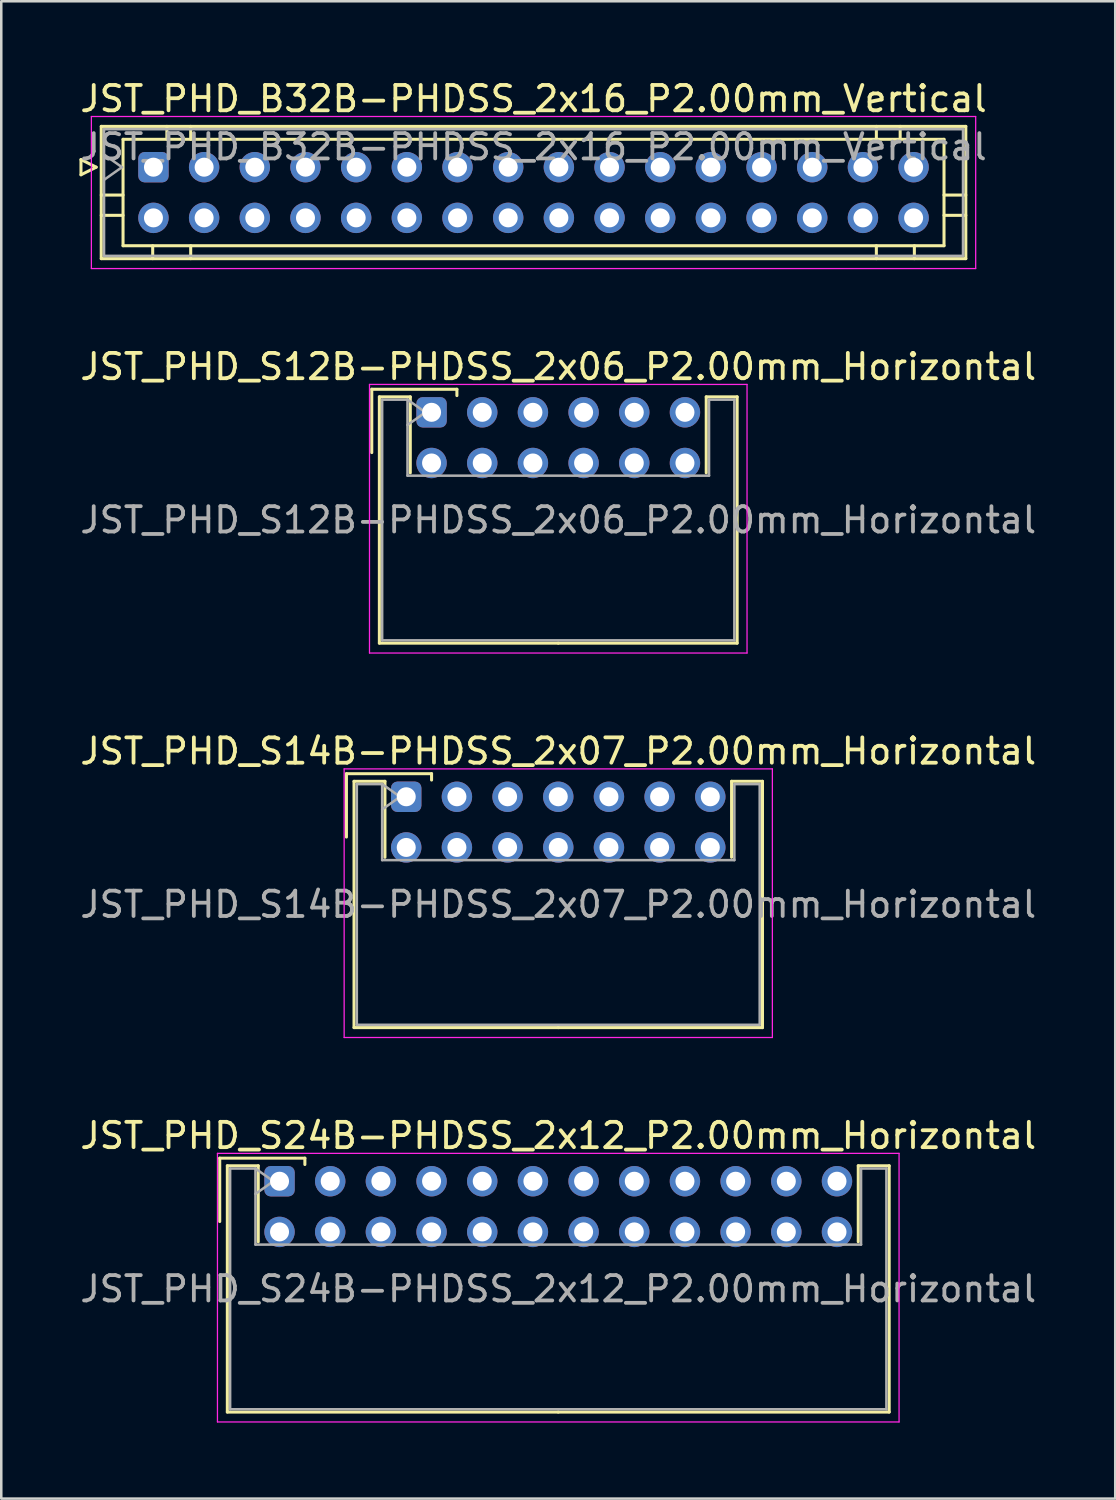
<source format=kicad_pcb>
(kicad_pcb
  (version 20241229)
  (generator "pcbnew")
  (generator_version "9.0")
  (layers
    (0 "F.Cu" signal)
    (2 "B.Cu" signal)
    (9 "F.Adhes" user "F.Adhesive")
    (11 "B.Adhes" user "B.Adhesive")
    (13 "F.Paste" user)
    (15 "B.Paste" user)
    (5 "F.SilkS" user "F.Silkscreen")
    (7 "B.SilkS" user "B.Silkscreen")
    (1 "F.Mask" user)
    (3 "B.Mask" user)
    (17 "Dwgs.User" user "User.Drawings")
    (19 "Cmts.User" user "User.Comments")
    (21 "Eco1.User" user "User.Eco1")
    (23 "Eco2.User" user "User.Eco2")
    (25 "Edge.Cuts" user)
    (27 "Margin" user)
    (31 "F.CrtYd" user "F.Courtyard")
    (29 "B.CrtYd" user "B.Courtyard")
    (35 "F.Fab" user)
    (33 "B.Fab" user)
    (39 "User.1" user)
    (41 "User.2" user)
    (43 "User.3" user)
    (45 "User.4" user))
  (footprint "JST_PHD_S24B-PHDSS_2x12_P2.00mm_Horizontal"
    (layer "F.Cu")
    (at 7.982 43.568)
    (property "Reference" "JST_PHD_S24B-PHDSS_2x12_P2.00mm_Horizontal" (at 11 -1.8 0) (layer "F.SilkS") (effects (font (size 1 1) (thickness 0.15))))
    (attr through_hole)
    (fp_line (start -2.36 -0.91) (end -2.36 1.59) (stroke (width 0.12) (type solid)) (layer "F.SilkS"))
    (fp_line (start -2.06 -0.61) (end -2.06 9.11) (stroke (width 0.12) (type solid)) (layer "F.SilkS"))
    (fp_line (start -2.06 9.11) (end 11 9.11) (stroke (width 0.12) (type solid)) (layer "F.SilkS"))
    (fp_line (start -0.84 -0.61) (end -2.06 -0.61) (stroke (width 0.12) (type solid)) (layer "F.SilkS"))
    (fp_line (start -0.84 2.39) (end -0.84 -0.61) (stroke (width 0.12) (type solid)) (layer "F.SilkS"))
    (fp_line (start 1 -0.91) (end -2.36 -0.91) (stroke (width 0.12) (type solid)) (layer "F.SilkS"))
    (fp_line (start 1 -0.66) (end 1 -0.91) (stroke (width 0.12) (type solid)) (layer "F.SilkS"))
    (fp_line (start 22.84 -0.61) (end 24.06 -0.61) (stroke (width 0.12) (type solid)) (layer "F.SilkS"))
    (fp_line (start 22.84 2.39) (end 22.84 -0.61) (stroke (width 0.12) (type solid)) (layer "F.SilkS"))
    (fp_line (start 24.06 -0.61) (end 24.06 9.11) (stroke (width 0.12) (type solid)) (layer "F.SilkS"))
    (fp_line (start 24.06 9.11) (end 11 9.11) (stroke (width 0.12) (type solid)) (layer "F.SilkS"))
    (fp_line (start -2.45 -1.1) (end -2.45 9.5) (stroke (width 0.05) (type solid)) (layer "F.CrtYd"))
    (fp_line (start -2.45 9.5) (end 24.45 9.5) (stroke (width 0.05) (type solid)) (layer "F.CrtYd"))
    (fp_line (start 24.45 -1.1) (end -2.45 -1.1) (stroke (width 0.05) (type solid)) (layer "F.CrtYd"))
    (fp_line (start 24.45 9.5) (end 24.45 -1.1) (stroke (width 0.05) (type solid)) (layer "F.CrtYd"))
    (fp_line (start -1.95 -0.5) (end -0.95 -0.5) (stroke (width 0.1) (type solid)) (layer "F.Fab"))
    (fp_line (start -1.95 9) (end -1.95 -0.5) (stroke (width 0.1) (type solid)) (layer "F.Fab"))
    (fp_line (start -0.95 -0.5) (end -0.95 2.5) (stroke (width 0.1) (type solid)) (layer "F.Fab"))
    (fp_line (start -0.95 -0.5) (end -0.243 0) (stroke (width 0.1) (type solid)) (layer "F.Fab"))
    (fp_line (start -0.95 2.5) (end 22.95 2.5) (stroke (width 0.1) (type solid)) (layer "F.Fab"))
    (fp_line (start -0.243 0) (end -0.95 0.5) (stroke (width 0.1) (type solid)) (layer "F.Fab"))
    (fp_line (start 22.95 -0.5) (end 23.95 -0.5) (stroke (width 0.1) (type solid)) (layer "F.Fab"))
    (fp_line (start 22.95 2.5) (end 22.95 -0.5) (stroke (width 0.1) (type solid)) (layer "F.Fab"))
    (fp_line (start 23.95 -0.5) (end 23.95 9) (stroke (width 0.1) (type solid)) (layer "F.Fab"))
    (fp_line (start 23.95 9) (end -1.95 9) (stroke (width 0.1) (type solid)) (layer "F.Fab"))
    (fp_text user "${REFERENCE}" (at 11 4.25 0) (layer "F.Fab") (effects (font (size 1 1) (thickness 0.15))))
    (pad "1" thru_hole roundrect (at 0 0) (size 1.2 1.2) (drill 0.75) (layers "*.Cu" "*.Mask") (roundrect_rratio 0.208))
    (pad "2" thru_hole circle (at 0 2) (size 1.2 1.2) (drill 0.75) (layers "*.Cu" "*.Mask"))
    (pad "3" thru_hole circle (at 2 0) (size 1.2 1.2) (drill 0.75) (layers "*.Cu" "*.Mask"))
    (pad "4" thru_hole circle (at 2 2) (size 1.2 1.2) (drill 0.75) (layers "*.Cu" "*.Mask"))
    (pad "5" thru_hole circle (at 4 0) (size 1.2 1.2) (drill 0.75) (layers "*.Cu" "*.Mask"))
    (pad "6" thru_hole circle (at 4 2) (size 1.2 1.2) (drill 0.75) (layers "*.Cu" "*.Mask"))
    (pad "7" thru_hole circle (at 6 0) (size 1.2 1.2) (drill 0.75) (layers "*.Cu" "*.Mask"))
    (pad "8" thru_hole circle (at 6 2) (size 1.2 1.2) (drill 0.75) (layers "*.Cu" "*.Mask"))
    (pad "9" thru_hole circle (at 8 0) (size 1.2 1.2) (drill 0.75) (layers "*.Cu" "*.Mask"))
    (pad "10" thru_hole circle (at 8 2) (size 1.2 1.2) (drill 0.75) (layers "*.Cu" "*.Mask"))
    (pad "11" thru_hole circle (at 10 0) (size 1.2 1.2) (drill 0.75) (layers "*.Cu" "*.Mask"))
    (pad "12" thru_hole circle (at 10 2) (size 1.2 1.2) (drill 0.75) (layers "*.Cu" "*.Mask"))
    (pad "13" thru_hole circle (at 12 0) (size 1.2 1.2) (drill 0.75) (layers "*.Cu" "*.Mask"))
    (pad "14" thru_hole circle (at 12 2) (size 1.2 1.2) (drill 0.75) (layers "*.Cu" "*.Mask"))
    (pad "15" thru_hole circle (at 14 0) (size 1.2 1.2) (drill 0.75) (layers "*.Cu" "*.Mask"))
    (pad "16" thru_hole circle (at 14 2) (size 1.2 1.2) (drill 0.75) (layers "*.Cu" "*.Mask"))
    (pad "17" thru_hole circle (at 16 0) (size 1.2 1.2) (drill 0.75) (layers "*.Cu" "*.Mask"))
    (pad "18" thru_hole circle (at 16 2) (size 1.2 1.2) (drill 0.75) (layers "*.Cu" "*.Mask"))
    (pad "19" thru_hole circle (at 18 0) (size 1.2 1.2) (drill 0.75) (layers "*.Cu" "*.Mask"))
    (pad "20" thru_hole circle (at 18 2) (size 1.2 1.2) (drill 0.75) (layers "*.Cu" "*.Mask"))
    (pad "21" thru_hole circle (at 20 0) (size 1.2 1.2) (drill 0.75) (layers "*.Cu" "*.Mask"))
    (pad "22" thru_hole circle (at 20 2) (size 1.2 1.2) (drill 0.75) (layers "*.Cu" "*.Mask"))
    (pad "23" thru_hole circle (at 22 0) (size 1.2 1.2) (drill 0.75) (layers "*.Cu" "*.Mask"))
    (pad "24" thru_hole circle (at 22 2) (size 1.2 1.2) (drill 0.75) (layers "*.Cu" "*.Mask")))
  (footprint "JST_PHD_S14B-PHDSS_2x07_P2.00mm_Horizontal"
    (layer "F.Cu")
    (at 12.982 28.395)
    (property "Reference" "JST_PHD_S14B-PHDSS_2x07_P2.00mm_Horizontal" (at 6 -1.8 0) (layer "F.SilkS") (effects (font (size 1 1) (thickness 0.15))))
    (attr through_hole)
    (fp_line (start -2.36 -0.91) (end -2.36 1.59) (stroke (width 0.12) (type solid)) (layer "F.SilkS"))
    (fp_line (start -2.06 -0.61) (end -2.06 9.11) (stroke (width 0.12) (type solid)) (layer "F.SilkS"))
    (fp_line (start -2.06 9.11) (end 6 9.11) (stroke (width 0.12) (type solid)) (layer "F.SilkS"))
    (fp_line (start -0.84 -0.61) (end -2.06 -0.61) (stroke (width 0.12) (type solid)) (layer "F.SilkS"))
    (fp_line (start -0.84 2.39) (end -0.84 -0.61) (stroke (width 0.12) (type solid)) (layer "F.SilkS"))
    (fp_line (start 1 -0.91) (end -2.36 -0.91) (stroke (width 0.12) (type solid)) (layer "F.SilkS"))
    (fp_line (start 1 -0.66) (end 1 -0.91) (stroke (width 0.12) (type solid)) (layer "F.SilkS"))
    (fp_line (start 12.84 -0.61) (end 14.06 -0.61) (stroke (width 0.12) (type solid)) (layer "F.SilkS"))
    (fp_line (start 12.84 2.39) (end 12.84 -0.61) (stroke (width 0.12) (type solid)) (layer "F.SilkS"))
    (fp_line (start 14.06 -0.61) (end 14.06 9.11) (stroke (width 0.12) (type solid)) (layer "F.SilkS"))
    (fp_line (start 14.06 9.11) (end 6 9.11) (stroke (width 0.12) (type solid)) (layer "F.SilkS"))
    (fp_line (start -2.45 -1.1) (end -2.45 9.5) (stroke (width 0.05) (type solid)) (layer "F.CrtYd"))
    (fp_line (start -2.45 9.5) (end 14.45 9.5) (stroke (width 0.05) (type solid)) (layer "F.CrtYd"))
    (fp_line (start 14.45 -1.1) (end -2.45 -1.1) (stroke (width 0.05) (type solid)) (layer "F.CrtYd"))
    (fp_line (start 14.45 9.5) (end 14.45 -1.1) (stroke (width 0.05) (type solid)) (layer "F.CrtYd"))
    (fp_line (start -1.95 -0.5) (end -0.95 -0.5) (stroke (width 0.1) (type solid)) (layer "F.Fab"))
    (fp_line (start -1.95 9) (end -1.95 -0.5) (stroke (width 0.1) (type solid)) (layer "F.Fab"))
    (fp_line (start -0.95 -0.5) (end -0.95 2.5) (stroke (width 0.1) (type solid)) (layer "F.Fab"))
    (fp_line (start -0.95 -0.5) (end -0.243 0) (stroke (width 0.1) (type solid)) (layer "F.Fab"))
    (fp_line (start -0.95 2.5) (end 12.95 2.5) (stroke (width 0.1) (type solid)) (layer "F.Fab"))
    (fp_line (start -0.243 0) (end -0.95 0.5) (stroke (width 0.1) (type solid)) (layer "F.Fab"))
    (fp_line (start 12.95 -0.5) (end 13.95 -0.5) (stroke (width 0.1) (type solid)) (layer "F.Fab"))
    (fp_line (start 12.95 2.5) (end 12.95 -0.5) (stroke (width 0.1) (type solid)) (layer "F.Fab"))
    (fp_line (start 13.95 -0.5) (end 13.95 9) (stroke (width 0.1) (type solid)) (layer "F.Fab"))
    (fp_line (start 13.95 9) (end -1.95 9) (stroke (width 0.1) (type solid)) (layer "F.Fab"))
    (fp_text user "${REFERENCE}" (at 6 4.25 0) (layer "F.Fab") (effects (font (size 1 1) (thickness 0.15))))
    (pad "1" thru_hole roundrect (at 0 0) (size 1.2 1.2) (drill 0.75) (layers "*.Cu" "*.Mask") (roundrect_rratio 0.208))
    (pad "2" thru_hole circle (at 0 2) (size 1.2 1.2) (drill 0.75) (layers "*.Cu" "*.Mask"))
    (pad "3" thru_hole circle (at 2 0) (size 1.2 1.2) (drill 0.75) (layers "*.Cu" "*.Mask"))
    (pad "4" thru_hole circle (at 2 2) (size 1.2 1.2) (drill 0.75) (layers "*.Cu" "*.Mask"))
    (pad "5" thru_hole circle (at 4 0) (size 1.2 1.2) (drill 0.75) (layers "*.Cu" "*.Mask"))
    (pad "6" thru_hole circle (at 4 2) (size 1.2 1.2) (drill 0.75) (layers "*.Cu" "*.Mask"))
    (pad "7" thru_hole circle (at 6 0) (size 1.2 1.2) (drill 0.75) (layers "*.Cu" "*.Mask"))
    (pad "8" thru_hole circle (at 6 2) (size 1.2 1.2) (drill 0.75) (layers "*.Cu" "*.Mask"))
    (pad "9" thru_hole circle (at 8 0) (size 1.2 1.2) (drill 0.75) (layers "*.Cu" "*.Mask"))
    (pad "10" thru_hole circle (at 8 2) (size 1.2 1.2) (drill 0.75) (layers "*.Cu" "*.Mask"))
    (pad "11" thru_hole circle (at 10 0) (size 1.2 1.2) (drill 0.75) (layers "*.Cu" "*.Mask"))
    (pad "12" thru_hole circle (at 10 2) (size 1.2 1.2) (drill 0.75) (layers "*.Cu" "*.Mask"))
    (pad "13" thru_hole circle (at 12 0) (size 1.2 1.2) (drill 0.75) (layers "*.Cu" "*.Mask"))
    (pad "14" thru_hole circle (at 12 2) (size 1.2 1.2) (drill 0.75) (layers "*.Cu" "*.Mask")))
  (footprint "JST_PHD_S12B-PHDSS_2x06_P2.00mm_Horizontal"
    (layer "F.Cu")
    (at 13.982 13.222)
    (property "Reference" "JST_PHD_S12B-PHDSS_2x06_P2.00mm_Horizontal" (at 5 -1.8 0) (layer "F.SilkS") (effects (font (size 1 1) (thickness 0.15))))
    (attr through_hole)
    (fp_line (start -2.36 -0.91) (end -2.36 1.59) (stroke (width 0.12) (type solid)) (layer "F.SilkS"))
    (fp_line (start -2.06 -0.61) (end -2.06 9.11) (stroke (width 0.12) (type solid)) (layer "F.SilkS"))
    (fp_line (start -2.06 9.11) (end 5 9.11) (stroke (width 0.12) (type solid)) (layer "F.SilkS"))
    (fp_line (start -0.84 -0.61) (end -2.06 -0.61) (stroke (width 0.12) (type solid)) (layer "F.SilkS"))
    (fp_line (start -0.84 2.39) (end -0.84 -0.61) (stroke (width 0.12) (type solid)) (layer "F.SilkS"))
    (fp_line (start 1 -0.91) (end -2.36 -0.91) (stroke (width 0.12) (type solid)) (layer "F.SilkS"))
    (fp_line (start 1 -0.66) (end 1 -0.91) (stroke (width 0.12) (type solid)) (layer "F.SilkS"))
    (fp_line (start 10.84 -0.61) (end 12.06 -0.61) (stroke (width 0.12) (type solid)) (layer "F.SilkS"))
    (fp_line (start 10.84 2.39) (end 10.84 -0.61) (stroke (width 0.12) (type solid)) (layer "F.SilkS"))
    (fp_line (start 12.06 -0.61) (end 12.06 9.11) (stroke (width 0.12) (type solid)) (layer "F.SilkS"))
    (fp_line (start 12.06 9.11) (end 5 9.11) (stroke (width 0.12) (type solid)) (layer "F.SilkS"))
    (fp_line (start -2.45 -1.1) (end -2.45 9.5) (stroke (width 0.05) (type solid)) (layer "F.CrtYd"))
    (fp_line (start -2.45 9.5) (end 12.45 9.5) (stroke (width 0.05) (type solid)) (layer "F.CrtYd"))
    (fp_line (start 12.45 -1.1) (end -2.45 -1.1) (stroke (width 0.05) (type solid)) (layer "F.CrtYd"))
    (fp_line (start 12.45 9.5) (end 12.45 -1.1) (stroke (width 0.05) (type solid)) (layer "F.CrtYd"))
    (fp_line (start -1.95 -0.5) (end -0.95 -0.5) (stroke (width 0.1) (type solid)) (layer "F.Fab"))
    (fp_line (start -1.95 9) (end -1.95 -0.5) (stroke (width 0.1) (type solid)) (layer "F.Fab"))
    (fp_line (start -0.95 -0.5) (end -0.95 2.5) (stroke (width 0.1) (type solid)) (layer "F.Fab"))
    (fp_line (start -0.95 -0.5) (end -0.243 0) (stroke (width 0.1) (type solid)) (layer "F.Fab"))
    (fp_line (start -0.95 2.5) (end 10.95 2.5) (stroke (width 0.1) (type solid)) (layer "F.Fab"))
    (fp_line (start -0.243 0) (end -0.95 0.5) (stroke (width 0.1) (type solid)) (layer "F.Fab"))
    (fp_line (start 10.95 -0.5) (end 11.95 -0.5) (stroke (width 0.1) (type solid)) (layer "F.Fab"))
    (fp_line (start 10.95 2.5) (end 10.95 -0.5) (stroke (width 0.1) (type solid)) (layer "F.Fab"))
    (fp_line (start 11.95 -0.5) (end 11.95 9) (stroke (width 0.1) (type solid)) (layer "F.Fab"))
    (fp_line (start 11.95 9) (end -1.95 9) (stroke (width 0.1) (type solid)) (layer "F.Fab"))
    (fp_text user "${REFERENCE}" (at 5 4.25 0) (layer "F.Fab") (effects (font (size 1 1) (thickness 0.15))))
    (pad "1" thru_hole roundrect (at 0 0) (size 1.2 1.2) (drill 0.75) (layers "*.Cu" "*.Mask") (roundrect_rratio 0.208))
    (pad "2" thru_hole circle (at 0 2) (size 1.2 1.2) (drill 0.75) (layers "*.Cu" "*.Mask"))
    (pad "3" thru_hole circle (at 2 0) (size 1.2 1.2) (drill 0.75) (layers "*.Cu" "*.Mask"))
    (pad "4" thru_hole circle (at 2 2) (size 1.2 1.2) (drill 0.75) (layers "*.Cu" "*.Mask"))
    (pad "5" thru_hole circle (at 4 0) (size 1.2 1.2) (drill 0.75) (layers "*.Cu" "*.Mask"))
    (pad "6" thru_hole circle (at 4 2) (size 1.2 1.2) (drill 0.75) (layers "*.Cu" "*.Mask"))
    (pad "7" thru_hole circle (at 6 0) (size 1.2 1.2) (drill 0.75) (layers "*.Cu" "*.Mask"))
    (pad "8" thru_hole circle (at 6 2) (size 1.2 1.2) (drill 0.75) (layers "*.Cu" "*.Mask"))
    (pad "9" thru_hole circle (at 8 0) (size 1.2 1.2) (drill 0.75) (layers "*.Cu" "*.Mask"))
    (pad "10" thru_hole circle (at 8 2) (size 1.2 1.2) (drill 0.75) (layers "*.Cu" "*.Mask"))
    (pad "11" thru_hole circle (at 10 0) (size 1.2 1.2) (drill 0.75) (layers "*.Cu" "*.Mask"))
    (pad "12" thru_hole circle (at 10 2) (size 1.2 1.2) (drill 0.75) (layers "*.Cu" "*.Mask")))
  (footprint "JST_PHD_B32B-PHDSS_2x16_P2.00mm_Vertical"
    (layer "F.Cu")
    (at 3.006 3.548)
    (property "Reference" "JST_PHD_B32B-PHDSS_2x16_P2.00mm_Vertical" (at 15 -2.7 0) (layer "F.SilkS") (effects (font (size 1 1) (thickness 0.15))))
    (attr through_hole)
    (fp_line (start -2.86 -0.3) (end -2.26 0) (stroke (width 0.12) (type solid)) (layer "F.SilkS"))
    (fp_line (start -2.86 0.3) (end -2.86 -0.3) (stroke (width 0.12) (type solid)) (layer "F.SilkS"))
    (fp_line (start -2.26 0) (end -2.86 0.3) (stroke (width 0.12) (type solid)) (layer "F.SilkS"))
    (fp_line (start -2.06 -1.61) (end -2.06 3.61) (stroke (width 0.12) (type solid)) (layer "F.SilkS"))
    (fp_line (start -2.06 1.1) (end -1.2 1.1) (stroke (width 0.12) (type solid)) (layer "F.SilkS"))
    (fp_line (start -2.06 1.9) (end -1.2 1.9) (stroke (width 0.12) (type solid)) (layer "F.SilkS"))
    (fp_line (start -2.06 3.61) (end 32.06 3.61) (stroke (width 0.12) (type solid)) (layer "F.SilkS"))
    (fp_line (start -1.2 -1.1) (end -1.2 3.1) (stroke (width 0.12) (type solid)) (layer "F.SilkS"))
    (fp_line (start -1.2 3.1) (end 31.2 3.1) (stroke (width 0.12) (type solid)) (layer "F.SilkS"))
    (fp_line (start -0.03 3.61) (end -0.03 3.1) (stroke (width 0.12) (type solid)) (layer "F.SilkS"))
    (fp_line (start 0.53 -1.61) (end 0.53 -1.1) (stroke (width 0.12) (type solid)) (layer "F.SilkS"))
    (fp_line (start 1.47 -1.61) (end 1.47 -1.1) (stroke (width 0.12) (type solid)) (layer "F.SilkS"))
    (fp_line (start 1.47 3.61) (end 1.47 3.1) (stroke (width 0.12) (type solid)) (layer "F.SilkS"))
    (fp_line (start 28.53 -1.61) (end 28.53 -1.1) (stroke (width 0.12) (type solid)) (layer "F.SilkS"))
    (fp_line (start 28.53 3.61) (end 28.53 3.1) (stroke (width 0.12) (type solid)) (layer "F.SilkS"))
    (fp_line (start 29.47 -1.61) (end 29.47 -1.1) (stroke (width 0.12) (type solid)) (layer "F.SilkS"))
    (fp_line (start 30.03 3.61) (end 30.03 3.1) (stroke (width 0.12) (type solid)) (layer "F.SilkS"))
    (fp_line (start 31.2 -1.1) (end -1.2 -1.1) (stroke (width 0.12) (type solid)) (layer "F.SilkS"))
    (fp_line (start 31.2 3.1) (end 31.2 -1.1) (stroke (width 0.12) (type solid)) (layer "F.SilkS"))
    (fp_line (start 32.06 -1.61) (end -2.06 -1.61) (stroke (width 0.12) (type solid)) (layer "F.SilkS"))
    (fp_line (start 32.06 1.1) (end 31.2 1.1) (stroke (width 0.12) (type solid)) (layer "F.SilkS"))
    (fp_line (start 32.06 1.9) (end 31.2 1.9) (stroke (width 0.12) (type solid)) (layer "F.SilkS"))
    (fp_line (start 32.06 3.61) (end 32.06 -1.61) (stroke (width 0.12) (type solid)) (layer "F.SilkS"))
    (fp_line (start -2.45 -2) (end -2.45 4) (stroke (width 0.05) (type solid)) (layer "F.CrtYd"))
    (fp_line (start -2.45 4) (end 32.45 4) (stroke (width 0.05) (type solid)) (layer "F.CrtYd"))
    (fp_line (start 32.45 -2) (end -2.45 -2) (stroke (width 0.05) (type solid)) (layer "F.CrtYd"))
    (fp_line (start 32.45 4) (end 32.45 -2) (stroke (width 0.05) (type solid)) (layer "F.CrtYd"))
    (fp_line (start -1.95 -1.5) (end -1.95 3.5) (stroke (width 0.1) (type solid)) (layer "F.Fab"))
    (fp_line (start -1.95 0.5) (end -1.243 0) (stroke (width 0.1) (type solid)) (layer "F.Fab"))
    (fp_line (start -1.95 3.5) (end 31.95 3.5) (stroke (width 0.1) (type solid)) (layer "F.Fab"))
    (fp_line (start -1.243 0) (end -1.95 -0.5) (stroke (width 0.1) (type solid)) (layer "F.Fab"))
    (fp_line (start 31.95 -1.5) (end -1.95 -1.5) (stroke (width 0.1) (type solid)) (layer "F.Fab"))
    (fp_line (start 31.95 3.5) (end 31.95 -1.5) (stroke (width 0.1) (type solid)) (layer "F.Fab"))
    (fp_text user "${REFERENCE}" (at 15 -0.8 0) (layer "F.Fab") (effects (font (size 1 1) (thickness 0.15))))
    (pad "1" thru_hole roundrect (at 0 0) (size 1.2 1.2) (drill 0.75) (layers "*.Cu" "*.Mask") (roundrect_rratio 0.208))
    (pad "2" thru_hole circle (at 0 2) (size 1.2 1.2) (drill 0.75) (layers "*.Cu" "*.Mask"))
    (pad "3" thru_hole circle (at 2 0) (size 1.2 1.2) (drill 0.75) (layers "*.Cu" "*.Mask"))
    (pad "4" thru_hole circle (at 2 2) (size 1.2 1.2) (drill 0.75) (layers "*.Cu" "*.Mask"))
    (pad "5" thru_hole circle (at 4 0) (size 1.2 1.2) (drill 0.75) (layers "*.Cu" "*.Mask"))
    (pad "6" thru_hole circle (at 4 2) (size 1.2 1.2) (drill 0.75) (layers "*.Cu" "*.Mask"))
    (pad "7" thru_hole circle (at 6 0) (size 1.2 1.2) (drill 0.75) (layers "*.Cu" "*.Mask"))
    (pad "8" thru_hole circle (at 6 2) (size 1.2 1.2) (drill 0.75) (layers "*.Cu" "*.Mask"))
    (pad "9" thru_hole circle (at 8 0) (size 1.2 1.2) (drill 0.75) (layers "*.Cu" "*.Mask"))
    (pad "10" thru_hole circle (at 8 2) (size 1.2 1.2) (drill 0.75) (layers "*.Cu" "*.Mask"))
    (pad "11" thru_hole circle (at 10 0) (size 1.2 1.2) (drill 0.75) (layers "*.Cu" "*.Mask"))
    (pad "12" thru_hole circle (at 10 2) (size 1.2 1.2) (drill 0.75) (layers "*.Cu" "*.Mask"))
    (pad "13" thru_hole circle (at 12 0) (size 1.2 1.2) (drill 0.75) (layers "*.Cu" "*.Mask"))
    (pad "14" thru_hole circle (at 12 2) (size 1.2 1.2) (drill 0.75) (layers "*.Cu" "*.Mask"))
    (pad "15" thru_hole circle (at 14 0) (size 1.2 1.2) (drill 0.75) (layers "*.Cu" "*.Mask"))
    (pad "16" thru_hole circle (at 14 2) (size 1.2 1.2) (drill 0.75) (layers "*.Cu" "*.Mask"))
    (pad "17" thru_hole circle (at 16 0) (size 1.2 1.2) (drill 0.75) (layers "*.Cu" "*.Mask"))
    (pad "18" thru_hole circle (at 16 2) (size 1.2 1.2) (drill 0.75) (layers "*.Cu" "*.Mask"))
    (pad "19" thru_hole circle (at 18 0) (size 1.2 1.2) (drill 0.75) (layers "*.Cu" "*.Mask"))
    (pad "20" thru_hole circle (at 18 2) (size 1.2 1.2) (drill 0.75) (layers "*.Cu" "*.Mask"))
    (pad "21" thru_hole circle (at 20 0) (size 1.2 1.2) (drill 0.75) (layers "*.Cu" "*.Mask"))
    (pad "22" thru_hole circle (at 20 2) (size 1.2 1.2) (drill 0.75) (layers "*.Cu" "*.Mask"))
    (pad "23" thru_hole circle (at 22 0) (size 1.2 1.2) (drill 0.75) (layers "*.Cu" "*.Mask"))
    (pad "24" thru_hole circle (at 22 2) (size 1.2 1.2) (drill 0.75) (layers "*.Cu" "*.Mask"))
    (pad "25" thru_hole circle (at 24 0) (size 1.2 1.2) (drill 0.75) (layers "*.Cu" "*.Mask"))
    (pad "26" thru_hole circle (at 24 2) (size 1.2 1.2) (drill 0.75) (layers "*.Cu" "*.Mask"))
    (pad "27" thru_hole circle (at 26 0) (size 1.2 1.2) (drill 0.75) (layers "*.Cu" "*.Mask"))
    (pad "28" thru_hole circle (at 26 2) (size 1.2 1.2) (drill 0.75) (layers "*.Cu" "*.Mask"))
    (pad "29" thru_hole circle (at 28 0) (size 1.2 1.2) (drill 0.75) (layers "*.Cu" "*.Mask"))
    (pad "30" thru_hole circle (at 28 2) (size 1.2 1.2) (drill 0.75) (layers "*.Cu" "*.Mask"))
    (pad "31" thru_hole circle (at 30 0) (size 1.2 1.2) (drill 0.75) (layers "*.Cu" "*.Mask"))
    (pad "32" thru_hole circle (at 30 2) (size 1.2 1.2) (drill 0.75) (layers "*.Cu" "*.Mask")))
  (gr_rect
    (start -3 -3)
    (end 40.964 56.093)
    (stroke (width 0.1) (type default))
    (fill no)
    (layer "Edge.Cuts")))
</source>
